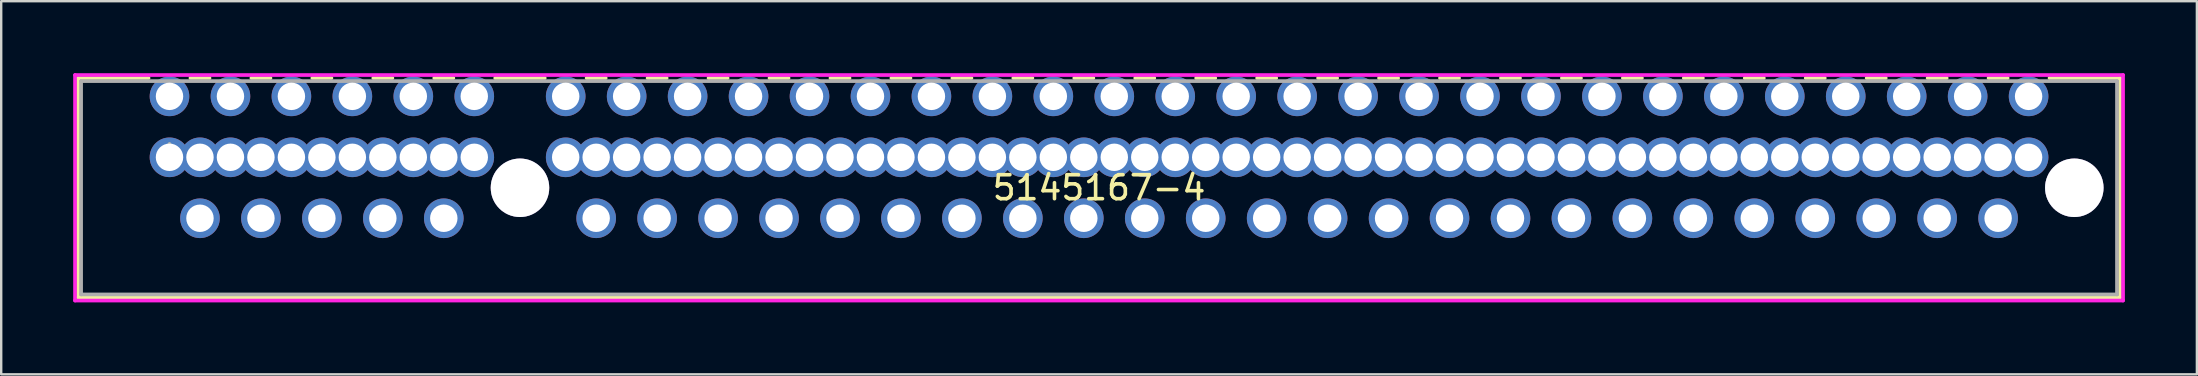
<source format=kicad_pcb>
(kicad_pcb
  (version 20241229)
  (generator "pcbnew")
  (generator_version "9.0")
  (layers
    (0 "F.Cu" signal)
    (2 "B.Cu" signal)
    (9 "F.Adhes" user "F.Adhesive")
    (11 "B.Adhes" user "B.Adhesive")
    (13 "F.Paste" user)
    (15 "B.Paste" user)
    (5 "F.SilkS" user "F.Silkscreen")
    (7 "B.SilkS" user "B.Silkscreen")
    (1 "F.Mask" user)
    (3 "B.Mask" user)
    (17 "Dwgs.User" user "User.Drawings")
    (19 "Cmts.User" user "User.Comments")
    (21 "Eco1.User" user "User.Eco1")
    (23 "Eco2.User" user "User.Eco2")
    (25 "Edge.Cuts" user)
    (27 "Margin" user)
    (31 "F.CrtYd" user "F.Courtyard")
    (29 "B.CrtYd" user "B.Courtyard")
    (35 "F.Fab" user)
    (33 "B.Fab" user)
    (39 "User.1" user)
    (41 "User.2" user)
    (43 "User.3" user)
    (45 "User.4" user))
  (footprint "5145167-4"
    (layer "F.Cu")
    (at 4.013 3.505)
    (property "Reference" "5145167-4" (at 38.735 1.27 0) (layer "F.SilkS") (effects (font (size 1 1) (thickness 0.15))))
    (attr through_hole)
    (fp_line (start -3.81 -3.302) (end -3.81 5.842) (stroke (width 0.152) (type solid)) (layer "F.SilkS"))
    (fp_line (start -3.81 5.842) (end 81.28 5.842) (stroke (width 0.152) (type solid)) (layer "F.SilkS"))
    (fp_line (start -0.872 -3.302) (end -3.81 -3.302) (stroke (width 0.152) (type solid)) (layer "F.SilkS"))
    (fp_line (start 1.668 -3.302) (end 0.872 -3.302) (stroke (width 0.152) (type solid)) (layer "F.SilkS"))
    (fp_line (start 4.208 -3.302) (end 3.412 -3.302) (stroke (width 0.152) (type solid)) (layer "F.SilkS"))
    (fp_line (start 6.748 -3.302) (end 5.952 -3.302) (stroke (width 0.152) (type solid)) (layer "F.SilkS"))
    (fp_line (start 9.288 -3.302) (end 8.492 -3.302) (stroke (width 0.152) (type solid)) (layer "F.SilkS"))
    (fp_line (start 11.828 -3.302) (end 11.032 -3.302) (stroke (width 0.152) (type solid)) (layer "F.SilkS"))
    (fp_line (start 15.638 -3.302) (end 13.572 -3.302) (stroke (width 0.152) (type solid)) (layer "F.SilkS"))
    (fp_line (start 18.178 -3.302) (end 17.382 -3.302) (stroke (width 0.152) (type solid)) (layer "F.SilkS"))
    (fp_line (start 20.718 -3.302) (end 19.922 -3.302) (stroke (width 0.152) (type solid)) (layer "F.SilkS"))
    (fp_line (start 23.258 -3.302) (end 22.462 -3.302) (stroke (width 0.152) (type solid)) (layer "F.SilkS"))
    (fp_line (start 25.798 -3.302) (end 25.002 -3.302) (stroke (width 0.152) (type solid)) (layer "F.SilkS"))
    (fp_line (start 28.338 -3.302) (end 27.542 -3.302) (stroke (width 0.152) (type solid)) (layer "F.SilkS"))
    (fp_line (start 30.878 -3.302) (end 30.082 -3.302) (stroke (width 0.152) (type solid)) (layer "F.SilkS"))
    (fp_line (start 33.418 -3.302) (end 32.622 -3.302) (stroke (width 0.152) (type solid)) (layer "F.SilkS"))
    (fp_line (start 35.958 -3.302) (end 35.162 -3.302) (stroke (width 0.152) (type solid)) (layer "F.SilkS"))
    (fp_line (start 38.498 -3.302) (end 37.702 -3.302) (stroke (width 0.152) (type solid)) (layer "F.SilkS"))
    (fp_line (start 41.038 -3.302) (end 40.242 -3.302) (stroke (width 0.152) (type solid)) (layer "F.SilkS"))
    (fp_line (start 43.578 -3.302) (end 42.782 -3.302) (stroke (width 0.152) (type solid)) (layer "F.SilkS"))
    (fp_line (start 46.118 -3.302) (end 45.322 -3.302) (stroke (width 0.152) (type solid)) (layer "F.SilkS"))
    (fp_line (start 48.658 -3.302) (end 47.862 -3.302) (stroke (width 0.152) (type solid)) (layer "F.SilkS"))
    (fp_line (start 51.198 -3.302) (end 50.402 -3.302) (stroke (width 0.152) (type solid)) (layer "F.SilkS"))
    (fp_line (start 53.738 -3.302) (end 52.942 -3.302) (stroke (width 0.152) (type solid)) (layer "F.SilkS"))
    (fp_line (start 56.278 -3.302) (end 55.482 -3.302) (stroke (width 0.152) (type solid)) (layer "F.SilkS"))
    (fp_line (start 58.818 -3.302) (end 58.022 -3.302) (stroke (width 0.152) (type solid)) (layer "F.SilkS"))
    (fp_line (start 61.358 -3.302) (end 60.562 -3.302) (stroke (width 0.152) (type solid)) (layer "F.SilkS"))
    (fp_line (start 63.898 -3.302) (end 63.102 -3.302) (stroke (width 0.152) (type solid)) (layer "F.SilkS"))
    (fp_line (start 66.438 -3.302) (end 65.642 -3.302) (stroke (width 0.152) (type solid)) (layer "F.SilkS"))
    (fp_line (start 68.978 -3.302) (end 68.182 -3.302) (stroke (width 0.152) (type solid)) (layer "F.SilkS"))
    (fp_line (start 71.518 -3.302) (end 70.722 -3.302) (stroke (width 0.152) (type solid)) (layer "F.SilkS"))
    (fp_line (start 74.058 -3.302) (end 73.262 -3.302) (stroke (width 0.152) (type solid)) (layer "F.SilkS"))
    (fp_line (start 76.598 -3.302) (end 75.802 -3.302) (stroke (width 0.152) (type solid)) (layer "F.SilkS"))
    (fp_line (start 81.28 -3.302) (end 78.342 -3.302) (stroke (width 0.152) (type solid)) (layer "F.SilkS"))
    (fp_line (start 81.28 5.842) (end 81.28 -3.302) (stroke (width 0.152) (type solid)) (layer "F.SilkS"))
    (fp_line (start -3.937 -3.429) (end 81.407 -3.429) (stroke (width 0.152) (type solid)) (layer "F.CrtYd"))
    (fp_line (start -3.937 5.969) (end -3.937 -3.429) (stroke (width 0.152) (type solid)) (layer "F.CrtYd"))
    (fp_line (start 81.407 -3.429) (end 81.407 5.969) (stroke (width 0.152) (type solid)) (layer "F.CrtYd"))
    (fp_line (start 81.407 5.969) (end -3.937 5.969) (stroke (width 0.152) (type solid)) (layer "F.CrtYd"))
    (fp_line (start -3.683 -3.175) (end -3.683 5.715) (stroke (width 0.152) (type solid)) (layer "F.Fab"))
    (fp_line (start -3.683 5.715) (end 81.153 5.715) (stroke (width 0.152) (type solid)) (layer "F.Fab"))
    (fp_line (start 81.153 -3.175) (end -3.683 -3.175) (stroke (width 0.152) (type solid)) (layer "F.Fab"))
    (fp_line (start 81.153 5.715) (end 81.153 -3.175) (stroke (width 0.152) (type solid)) (layer "F.Fab"))
    (fp_text user "*" (at 0 0 0) (layer "F.SilkS") (effects (font (size 1 1) (thickness 0.15))))
    (fp_text user "Copyright 2016 Accelerated Designs. All rights reserved." (at 0 0 0) (layer "Cmts.User") (effects (font (size 0.127 0.127) (thickness 0.002))))
    (fp_text user "*" (at 0 0 0) (layer "F.Fab") (effects (font (size 1 1) (thickness 0.15))))
    (pad "1" thru_hole circle (at 0 -2.54) (size 1.651 1.651) (drill 1.143) (layers "*.Cu" "*.Mask"))
    (pad "2" thru_hole circle (at 1.27 0) (size 1.651 1.651) (drill 1.143) (layers "*.Cu" "*.Mask"))
    (pad "3" thru_hole circle (at 2.54 -2.54) (size 1.651 1.651) (drill 1.143) (layers "*.Cu" "*.Mask"))
    (pad "4" thru_hole circle (at 3.81 0) (size 1.651 1.651) (drill 1.143) (layers "*.Cu" "*.Mask"))
    (pad "5" thru_hole circle (at 5.08 -2.54) (size 1.651 1.651) (drill 1.143) (layers "*.Cu" "*.Mask"))
    (pad "6" thru_hole circle (at 6.35 0) (size 1.651 1.651) (drill 1.143) (layers "*.Cu" "*.Mask"))
    (pad "7" thru_hole circle (at 7.62 -2.54) (size 1.651 1.651) (drill 1.143) (layers "*.Cu" "*.Mask"))
    (pad "8" thru_hole circle (at 8.89 0) (size 1.651 1.651) (drill 1.143) (layers "*.Cu" "*.Mask"))
    (pad "9" thru_hole circle (at 10.16 -2.54) (size 1.651 1.651) (drill 1.143) (layers "*.Cu" "*.Mask"))
    (pad "10" thru_hole circle (at 11.43 0) (size 1.651 1.651) (drill 1.143) (layers "*.Cu" "*.Mask"))
    (pad "11" thru_hole circle (at 12.7 -2.54) (size 1.651 1.651) (drill 1.143) (layers "*.Cu" "*.Mask"))
    (pad "12" thru_hole circle (at 16.51 -2.54) (size 1.651 1.651) (drill 1.143) (layers "*.Cu" "*.Mask"))
    (pad "13" thru_hole circle (at 17.78 0) (size 1.651 1.651) (drill 1.143) (layers "*.Cu" "*.Mask"))
    (pad "14" thru_hole circle (at 19.05 -2.54) (size 1.651 1.651) (drill 1.143) (layers "*.Cu" "*.Mask"))
    (pad "15" thru_hole circle (at 20.32 0) (size 1.651 1.651) (drill 1.143) (layers "*.Cu" "*.Mask"))
    (pad "16" thru_hole circle (at 21.59 -2.54) (size 1.651 1.651) (drill 1.143) (layers "*.Cu" "*.Mask"))
    (pad "17" thru_hole circle (at 22.86 0) (size 1.651 1.651) (drill 1.143) (layers "*.Cu" "*.Mask"))
    (pad "18" thru_hole circle (at 24.13 -2.54) (size 1.651 1.651) (drill 1.143) (layers "*.Cu" "*.Mask"))
    (pad "19" thru_hole circle (at 25.4 0) (size 1.651 1.651) (drill 1.143) (layers "*.Cu" "*.Mask"))
    (pad "20" thru_hole circle (at 26.67 -2.54) (size 1.651 1.651) (drill 1.143) (layers "*.Cu" "*.Mask"))
    (pad "21" thru_hole circle (at 27.94 0) (size 1.651 1.651) (drill 1.143) (layers "*.Cu" "*.Mask"))
    (pad "22" thru_hole circle (at 29.21 -2.54) (size 1.651 1.651) (drill 1.143) (layers "*.Cu" "*.Mask"))
    (pad "23" thru_hole circle (at 30.48 0) (size 1.651 1.651) (drill 1.143) (layers "*.Cu" "*.Mask"))
    (pad "24" thru_hole circle (at 31.75 -2.54) (size 1.651 1.651) (drill 1.143) (layers "*.Cu" "*.Mask"))
    (pad "25" thru_hole circle (at 33.02 0) (size 1.651 1.651) (drill 1.143) (layers "*.Cu" "*.Mask"))
    (pad "26" thru_hole circle (at 34.29 -2.54) (size 1.651 1.651) (drill 1.143) (layers "*.Cu" "*.Mask"))
    (pad "27" thru_hole circle (at 35.56 0) (size 1.651 1.651) (drill 1.143) (layers "*.Cu" "*.Mask"))
    (pad "28" thru_hole circle (at 36.83 -2.54) (size 1.651 1.651) (drill 1.143) (layers "*.Cu" "*.Mask"))
    (pad "29" thru_hole circle (at 38.1 0) (size 1.651 1.651) (drill 1.143) (layers "*.Cu" "*.Mask"))
    (pad "30" thru_hole circle (at 39.37 -2.54) (size 1.651 1.651) (drill 1.143) (layers "*.Cu" "*.Mask"))
    (pad "31" thru_hole circle (at 40.64 0) (size 1.651 1.651) (drill 1.143) (layers "*.Cu" "*.Mask"))
    (pad "32" thru_hole circle (at 41.91 -2.54) (size 1.651 1.651) (drill 1.143) (layers "*.Cu" "*.Mask"))
    (pad "33" thru_hole circle (at 43.18 0) (size 1.651 1.651) (drill 1.143) (layers "*.Cu" "*.Mask"))
    (pad "34" thru_hole circle (at 44.45 -2.54) (size 1.651 1.651) (drill 1.143) (layers "*.Cu" "*.Mask"))
    (pad "35" thru_hole circle (at 45.72 0) (size 1.651 1.651) (drill 1.143) (layers "*.Cu" "*.Mask"))
    (pad "36" thru_hole circle (at 46.99 -2.54) (size 1.651 1.651) (drill 1.143) (layers "*.Cu" "*.Mask"))
    (pad "37" thru_hole circle (at 48.26 0) (size 1.651 1.651) (drill 1.143) (layers "*.Cu" "*.Mask"))
    (pad "38" thru_hole circle (at 49.53 -2.54) (size 1.651 1.651) (drill 1.143) (layers "*.Cu" "*.Mask"))
    (pad "39" thru_hole circle (at 50.8 0) (size 1.651 1.651) (drill 1.143) (layers "*.Cu" "*.Mask"))
    (pad "40" thru_hole circle (at 52.07 -2.54) (size 1.651 1.651) (drill 1.143) (layers "*.Cu" "*.Mask"))
    (pad "41" thru_hole circle (at 53.34 0) (size 1.651 1.651) (drill 1.143) (layers "*.Cu" "*.Mask"))
    (pad "42" thru_hole circle (at 54.61 -2.54) (size 1.651 1.651) (drill 1.143) (layers "*.Cu" "*.Mask"))
    (pad "43" thru_hole circle (at 55.88 0) (size 1.651 1.651) (drill 1.143) (layers "*.Cu" "*.Mask"))
    (pad "44" thru_hole circle (at 57.15 -2.54) (size 1.651 1.651) (drill 1.143) (layers "*.Cu" "*.Mask"))
    (pad "45" thru_hole circle (at 58.42 0) (size 1.651 1.651) (drill 1.143) (layers "*.Cu" "*.Mask"))
    (pad "46" thru_hole circle (at 59.69 -2.54) (size 1.651 1.651) (drill 1.143) (layers "*.Cu" "*.Mask"))
    (pad "47" thru_hole circle (at 60.96 0) (size 1.651 1.651) (drill 1.143) (layers "*.Cu" "*.Mask"))
    (pad "48" thru_hole circle (at 62.23 -2.54) (size 1.651 1.651) (drill 1.143) (layers "*.Cu" "*.Mask"))
    (pad "49" thru_hole circle (at 63.5 0) (size 1.651 1.651) (drill 1.143) (layers "*.Cu" "*.Mask"))
    (pad "50" thru_hole circle (at 64.77 -2.54) (size 1.651 1.651) (drill 1.143) (layers "*.Cu" "*.Mask"))
    (pad "51" thru_hole circle (at 66.04 0) (size 1.651 1.651) (drill 1.143) (layers "*.Cu" "*.Mask"))
    (pad "52" thru_hole circle (at 67.31 -2.54) (size 1.651 1.651) (drill 1.143) (layers "*.Cu" "*.Mask"))
    (pad "53" thru_hole circle (at 68.58 0) (size 1.651 1.651) (drill 1.143) (layers "*.Cu" "*.Mask"))
    (pad "54" thru_hole circle (at 69.85 -2.54) (size 1.651 1.651) (drill 1.143) (layers "*.Cu" "*.Mask"))
    (pad "55" thru_hole circle (at 71.12 0) (size 1.651 1.651) (drill 1.143) (layers "*.Cu" "*.Mask"))
    (pad "56" thru_hole circle (at 72.39 -2.54) (size 1.651 1.651) (drill 1.143) (layers "*.Cu" "*.Mask"))
    (pad "57" thru_hole circle (at 73.66 0) (size 1.651 1.651) (drill 1.143) (layers "*.Cu" "*.Mask"))
    (pad "58" thru_hole circle (at 74.93 -2.54) (size 1.651 1.651) (drill 1.143) (layers "*.Cu" "*.Mask"))
    (pad "59" thru_hole circle (at 76.2 0) (size 1.651 1.651) (drill 1.143) (layers "*.Cu" "*.Mask"))
    (pad "60" thru_hole circle (at 77.47 -2.54) (size 1.651 1.651) (drill 1.143) (layers "*.Cu" "*.Mask"))
    (pad "61" thru_hole circle (at 0 0) (size 1.651 1.651) (drill 1.143) (layers "*.Cu" "*.Mask"))
    (pad "62" thru_hole circle (at 1.27 2.54) (size 1.651 1.651) (drill 1.143) (layers "*.Cu" "*.Mask"))
    (pad "63" thru_hole circle (at 2.54 0) (size 1.651 1.651) (drill 1.143) (layers "*.Cu" "*.Mask"))
    (pad "64" thru_hole circle (at 3.81 2.54) (size 1.651 1.651) (drill 1.143) (layers "*.Cu" "*.Mask"))
    (pad "65" thru_hole circle (at 5.08 0) (size 1.651 1.651) (drill 1.143) (layers "*.Cu" "*.Mask"))
    (pad "66" thru_hole circle (at 6.35 2.54) (size 1.651 1.651) (drill 1.143) (layers "*.Cu" "*.Mask"))
    (pad "67" thru_hole circle (at 7.62 0) (size 1.651 1.651) (drill 1.143) (layers "*.Cu" "*.Mask"))
    (pad "68" thru_hole circle (at 8.89 2.54) (size 1.651 1.651) (drill 1.143) (layers "*.Cu" "*.Mask"))
    (pad "69" thru_hole circle (at 10.16 0) (size 1.651 1.651) (drill 1.143) (layers "*.Cu" "*.Mask"))
    (pad "70" thru_hole circle (at 11.43 2.54) (size 1.651 1.651) (drill 1.143) (layers "*.Cu" "*.Mask"))
    (pad "71" thru_hole circle (at 12.7 0) (size 1.651 1.651) (drill 1.143) (layers "*.Cu" "*.Mask"))
    (pad "72" thru_hole circle (at 16.51 0) (size 1.651 1.651) (drill 1.143) (layers "*.Cu" "*.Mask"))
    (pad "73" thru_hole circle (at 17.78 2.54) (size 1.651 1.651) (drill 1.143) (layers "*.Cu" "*.Mask"))
    (pad "74" thru_hole circle (at 19.05 0) (size 1.651 1.651) (drill 1.143) (layers "*.Cu" "*.Mask"))
    (pad "75" thru_hole circle (at 20.32 2.54) (size 1.651 1.651) (drill 1.143) (layers "*.Cu" "*.Mask"))
    (pad "76" thru_hole circle (at 21.59 0) (size 1.651 1.651) (drill 1.143) (layers "*.Cu" "*.Mask"))
    (pad "77" thru_hole circle (at 22.86 2.54) (size 1.651 1.651) (drill 1.143) (layers "*.Cu" "*.Mask"))
    (pad "78" thru_hole circle (at 24.13 0) (size 1.651 1.651) (drill 1.143) (layers "*.Cu" "*.Mask"))
    (pad "79" thru_hole circle (at 25.4 2.54) (size 1.651 1.651) (drill 1.143) (layers "*.Cu" "*.Mask"))
    (pad "80" thru_hole circle (at 26.67 0) (size 1.651 1.651) (drill 1.143) (layers "*.Cu" "*.Mask"))
    (pad "81" thru_hole circle (at 27.94 2.54) (size 1.651 1.651) (drill 1.143) (layers "*.Cu" "*.Mask"))
    (pad "82" thru_hole circle (at 29.21 0) (size 1.651 1.651) (drill 1.143) (layers "*.Cu" "*.Mask"))
    (pad "83" thru_hole circle (at 30.48 2.54) (size 1.651 1.651) (drill 1.143) (layers "*.Cu" "*.Mask"))
    (pad "84" thru_hole circle (at 31.75 0) (size 1.651 1.651) (drill 1.143) (layers "*.Cu" "*.Mask"))
    (pad "85" thru_hole circle (at 33.02 2.54) (size 1.651 1.651) (drill 1.143) (layers "*.Cu" "*.Mask"))
    (pad "86" thru_hole circle (at 34.29 0) (size 1.651 1.651) (drill 1.143) (layers "*.Cu" "*.Mask"))
    (pad "87" thru_hole circle (at 35.56 2.54) (size 1.651 1.651) (drill 1.143) (layers "*.Cu" "*.Mask"))
    (pad "88" thru_hole circle (at 36.83 0) (size 1.651 1.651) (drill 1.143) (layers "*.Cu" "*.Mask"))
    (pad "89" thru_hole circle (at 38.1 2.54) (size 1.651 1.651) (drill 1.143) (layers "*.Cu" "*.Mask"))
    (pad "90" thru_hole circle (at 39.37 0) (size 1.651 1.651) (drill 1.143) (layers "*.Cu" "*.Mask"))
    (pad "91" thru_hole circle (at 40.64 2.54) (size 1.651 1.651) (drill 1.143) (layers "*.Cu" "*.Mask"))
    (pad "92" thru_hole circle (at 41.91 0) (size 1.651 1.651) (drill 1.143) (layers "*.Cu" "*.Mask"))
    (pad "93" thru_hole circle (at 43.18 2.54) (size 1.651 1.651) (drill 1.143) (layers "*.Cu" "*.Mask"))
    (pad "94" thru_hole circle (at 44.45 0) (size 1.651 1.651) (drill 1.143) (layers "*.Cu" "*.Mask"))
    (pad "95" thru_hole circle (at 45.72 2.54) (size 1.651 1.651) (drill 1.143) (layers "*.Cu" "*.Mask"))
    (pad "96" thru_hole circle (at 46.99 0) (size 1.651 1.651) (drill 1.143) (layers "*.Cu" "*.Mask"))
    (pad "97" thru_hole circle (at 48.26 2.54) (size 1.651 1.651) (drill 1.143) (layers "*.Cu" "*.Mask"))
    (pad "98" thru_hole circle (at 49.53 0) (size 1.651 1.651) (drill 1.143) (layers "*.Cu" "*.Mask"))
    (pad "99" thru_hole circle (at 50.8 2.54) (size 1.651 1.651) (drill 1.143) (layers "*.Cu" "*.Mask"))
    (pad "100" thru_hole circle (at 52.07 0) (size 1.651 1.651) (drill 1.143) (layers "*.Cu" "*.Mask"))
    (pad "101" thru_hole circle (at 53.34 2.54) (size 1.651 1.651) (drill 1.143) (layers "*.Cu" "*.Mask"))
    (pad "102" thru_hole circle (at 54.61 0) (size 1.651 1.651) (drill 1.143) (layers "*.Cu" "*.Mask"))
    (pad "103" thru_hole circle (at 55.88 2.54) (size 1.651 1.651) (drill 1.143) (layers "*.Cu" "*.Mask"))
    (pad "104" thru_hole circle (at 57.15 0) (size 1.651 1.651) (drill 1.143) (layers "*.Cu" "*.Mask"))
    (pad "105" thru_hole circle (at 58.42 2.54) (size 1.651 1.651) (drill 1.143) (layers "*.Cu" "*.Mask"))
    (pad "106" thru_hole circle (at 59.69 0) (size 1.651 1.651) (drill 1.143) (layers "*.Cu" "*.Mask"))
    (pad "107" thru_hole circle (at 60.96 2.54) (size 1.651 1.651) (drill 1.143) (layers "*.Cu" "*.Mask"))
    (pad "108" thru_hole circle (at 62.23 0) (size 1.651 1.651) (drill 1.143) (layers "*.Cu" "*.Mask"))
    (pad "109" thru_hole circle (at 63.5 2.54) (size 1.651 1.651) (drill 1.143) (layers "*.Cu" "*.Mask"))
    (pad "110" thru_hole circle (at 64.77 0) (size 1.651 1.651) (drill 1.143) (layers "*.Cu" "*.Mask"))
    (pad "111" thru_hole circle (at 66.04 2.54) (size 1.651 1.651) (drill 1.143) (layers "*.Cu" "*.Mask"))
    (pad "112" thru_hole circle (at 67.31 0) (size 1.651 1.651) (drill 1.143) (layers "*.Cu" "*.Mask"))
    (pad "113" thru_hole circle (at 68.58 2.54) (size 1.651 1.651) (drill 1.143) (layers "*.Cu" "*.Mask"))
    (pad "114" thru_hole circle (at 69.85 0) (size 1.651 1.651) (drill 1.143) (layers "*.Cu" "*.Mask"))
    (pad "115" thru_hole circle (at 71.12 2.54) (size 1.651 1.651) (drill 1.143) (layers "*.Cu" "*.Mask"))
    (pad "116" thru_hole circle (at 72.39 0) (size 1.651 1.651) (drill 1.143) (layers "*.Cu" "*.Mask"))
    (pad "117" thru_hole circle (at 73.66 2.54) (size 1.651 1.651) (drill 1.143) (layers "*.Cu" "*.Mask"))
    (pad "118" thru_hole circle (at 74.93 0) (size 1.651 1.651) (drill 1.143) (layers "*.Cu" "*.Mask"))
    (pad "119" thru_hole circle (at 76.2 2.54) (size 1.651 1.651) (drill 1.143) (layers "*.Cu" "*.Mask"))
    (pad "120" thru_hole circle (at 77.47 0) (size 1.651 1.651) (drill 1.143) (layers "*.Cu" "*.Mask"))
    (pad "121" thru_hole circle (at 14.605 1.27) (size 2.438 2.438) (drill 2.438) (layers "*.Cu" "*.Mask"))
    (pad "122" thru_hole circle (at 79.375 1.27) (size 2.438 2.438) (drill 2.438) (layers "*.Cu" "*.Mask")))
  (gr_rect
    (start -3 -3)
    (end 88.496 12.55)
    (stroke (width 0.1) (type default))
    (fill no)
    (layer "Edge.Cuts")))
</source>
